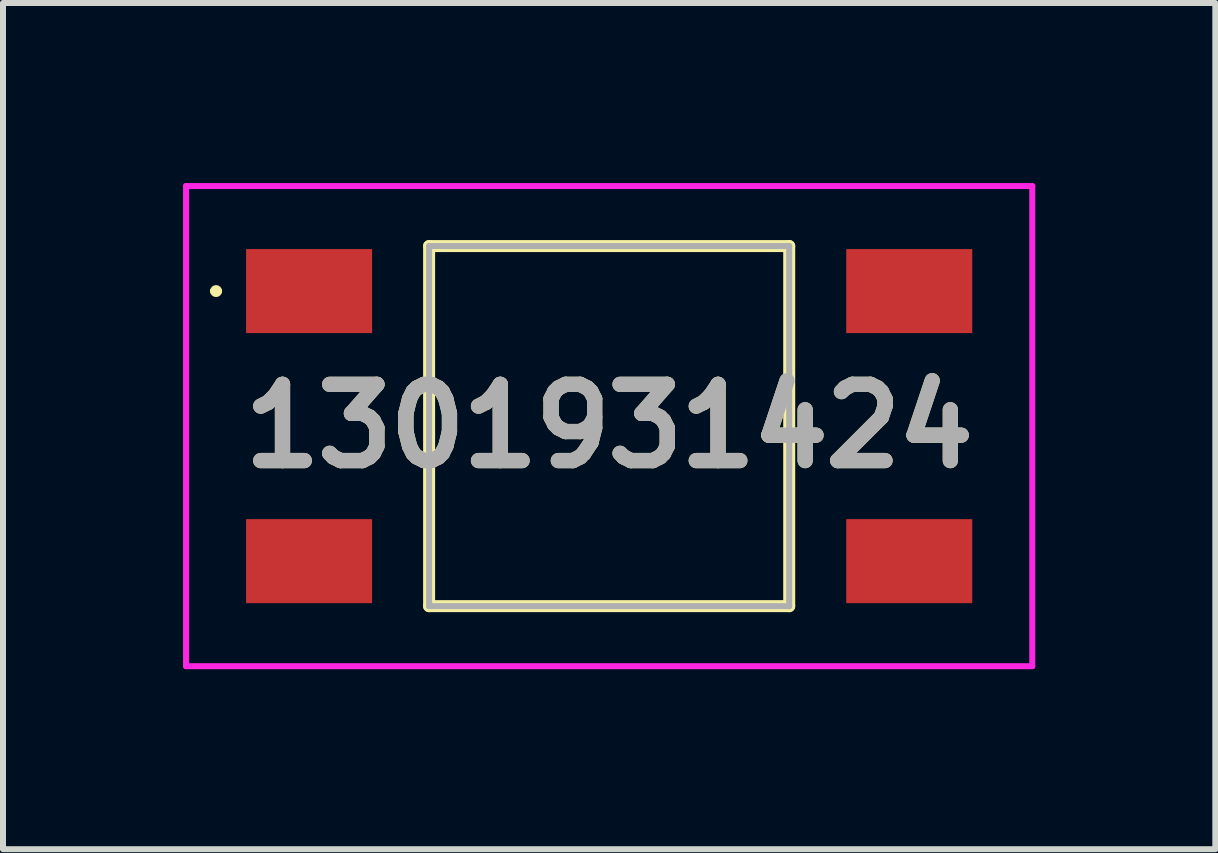
<source format=kicad_pcb>
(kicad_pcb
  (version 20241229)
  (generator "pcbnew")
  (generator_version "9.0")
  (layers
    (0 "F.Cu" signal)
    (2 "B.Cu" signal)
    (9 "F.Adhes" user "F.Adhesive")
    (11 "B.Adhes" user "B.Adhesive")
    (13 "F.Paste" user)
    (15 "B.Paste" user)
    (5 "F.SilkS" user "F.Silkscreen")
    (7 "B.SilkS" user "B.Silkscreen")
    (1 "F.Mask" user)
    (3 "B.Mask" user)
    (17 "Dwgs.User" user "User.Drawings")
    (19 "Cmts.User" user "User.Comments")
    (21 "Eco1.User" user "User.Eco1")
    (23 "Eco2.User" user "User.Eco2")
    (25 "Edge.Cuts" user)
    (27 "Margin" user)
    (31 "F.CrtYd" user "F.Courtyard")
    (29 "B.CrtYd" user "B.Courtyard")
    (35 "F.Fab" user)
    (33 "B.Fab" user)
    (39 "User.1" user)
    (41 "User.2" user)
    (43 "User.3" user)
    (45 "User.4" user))
  (footprint "1301931424"
    (layer "F.Cu")
    (at 7.1 4.05)
    (property "Reference" "1301931424" (at 0 0 0) (layer "F.SilkS") (effects (font (size 1.27 1.27) (thickness 0.254))))
    (attr smd)
    (fp_line (start -6.6 -2.25) (end -6.6 -2.25) (stroke (width 0.1) (type solid)) (layer "F.SilkS"))
    (fp_line (start -6.5 -2.25) (end -6.5 -2.25) (stroke (width 0.1) (type solid)) (layer "F.SilkS"))
    (fp_line (start -3 -3) (end 3 -3) (stroke (width 0.2) (type solid)) (layer "F.SilkS"))
    (fp_line (start -3 3) (end -3 -3) (stroke (width 0.2) (type solid)) (layer "F.SilkS"))
    (fp_line (start 3 -3) (end 3 3) (stroke (width 0.2) (type solid)) (layer "F.SilkS"))
    (fp_line (start 3 3) (end -3 3) (stroke (width 0.2) (type solid)) (layer "F.SilkS"))
    (fp_arc (start -6.6 -2.25) (mid -6.55 -2.3) (end -6.5 -2.25) (stroke (width 0.1) (type solid)) (layer "F.SilkS"))
    (fp_arc (start -6.5 -2.25) (mid -6.55 -2.2) (end -6.6 -2.25) (stroke (width 0.1) (type solid)) (layer "F.SilkS"))
    (fp_line (start -7.05 -4) (end 7.05 -4) (stroke (width 0.1) (type solid)) (layer "F.CrtYd"))
    (fp_line (start -7.05 4) (end -7.05 -4) (stroke (width 0.1) (type solid)) (layer "F.CrtYd"))
    (fp_line (start 7.05 -4) (end 7.05 4) (stroke (width 0.1) (type solid)) (layer "F.CrtYd"))
    (fp_line (start 7.05 4) (end -7.05 4) (stroke (width 0.1) (type solid)) (layer "F.CrtYd"))
    (fp_line (start -3 -3) (end -3 3) (stroke (width 0.1) (type solid)) (layer "F.Fab"))
    (fp_line (start -3 3) (end 3 3) (stroke (width 0.1) (type solid)) (layer "F.Fab"))
    (fp_line (start 3 -3) (end -3 -3) (stroke (width 0.1) (type solid)) (layer "F.Fab"))
    (fp_line (start 3 3) (end 3 -3) (stroke (width 0.1) (type solid)) (layer "F.Fab"))
    (fp_text user "${REFERENCE}" (at 0 0 0) (layer "F.Fab") (effects (font (size 1.27 1.27) (thickness 0.254))))
    (pad "1" smd rect (at -5 -2.25 90) (size 1.4 2.1) (layers "F.Cu" "F.Mask" "F.Paste"))
    (pad "2" smd rect (at 5 -2.25 90) (size 1.4 2.1) (layers "F.Cu" "F.Mask" "F.Paste"))
    (pad "3" smd rect (at -5 2.25 90) (size 1.4 2.1) (layers "F.Cu" "F.Mask" "F.Paste"))
    (pad "4" smd rect (at 5 2.25 90) (size 1.4 2.1) (layers "F.Cu" "F.Mask" "F.Paste")))
  (gr_rect
    (start -3 -3)
    (end 17.2 11.1)
    (stroke (width 0.1) (type default))
    (fill no)
    (layer "Edge.Cuts")))
</source>
